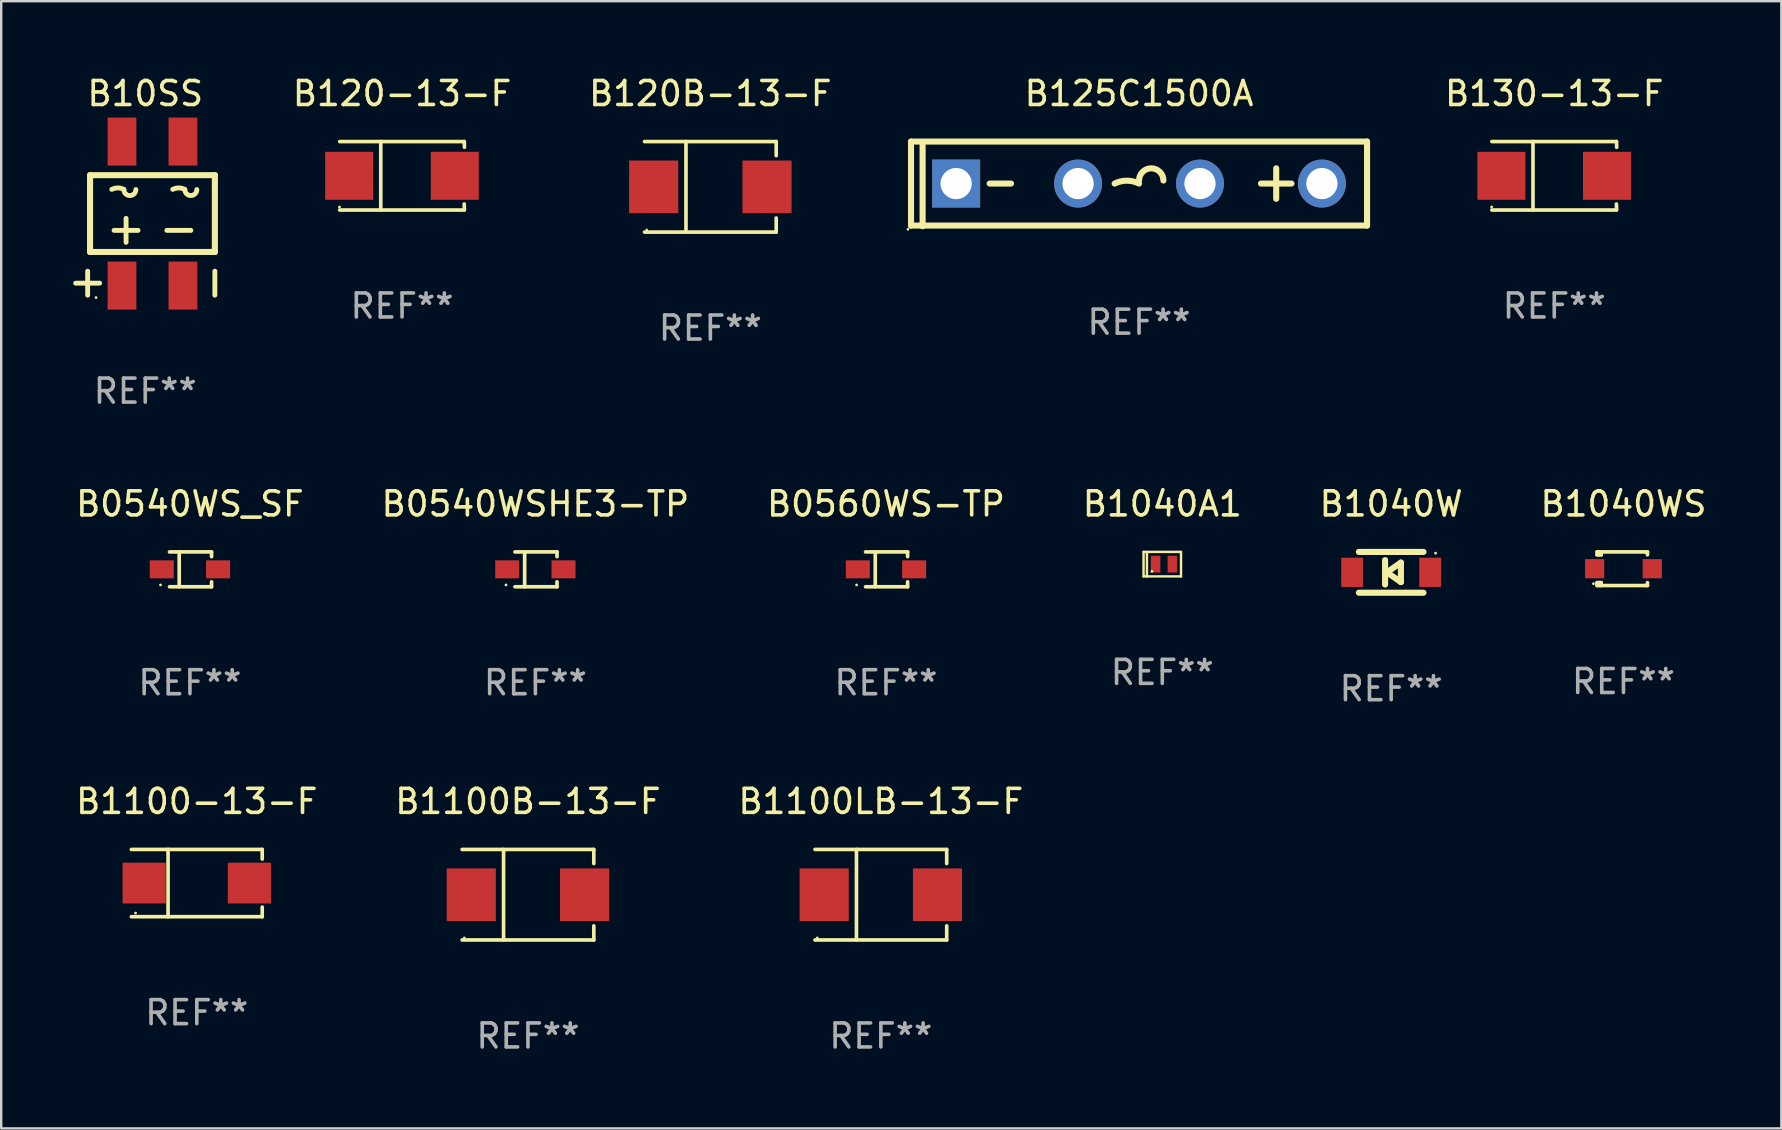
<source format=kicad_pcb>
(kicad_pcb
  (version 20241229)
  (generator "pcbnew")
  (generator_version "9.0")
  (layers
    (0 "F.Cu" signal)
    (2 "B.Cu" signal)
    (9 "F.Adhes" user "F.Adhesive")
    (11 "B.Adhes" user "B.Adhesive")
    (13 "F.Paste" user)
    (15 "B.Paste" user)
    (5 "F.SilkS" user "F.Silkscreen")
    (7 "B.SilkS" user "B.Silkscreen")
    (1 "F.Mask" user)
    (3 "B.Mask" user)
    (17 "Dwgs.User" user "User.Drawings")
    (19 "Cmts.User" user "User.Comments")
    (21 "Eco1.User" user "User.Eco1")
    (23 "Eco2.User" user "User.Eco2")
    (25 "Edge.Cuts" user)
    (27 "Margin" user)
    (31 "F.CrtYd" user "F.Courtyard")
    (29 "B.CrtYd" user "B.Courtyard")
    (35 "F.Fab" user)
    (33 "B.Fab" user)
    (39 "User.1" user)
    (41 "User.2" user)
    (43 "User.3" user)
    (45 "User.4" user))
  (footprint "B0540WS_SF"
    (layer "F.Cu")
    (at 4.863 20.671)
    (property "Reference" "B0540WS_SF" (at 0 -2.726 0) (layer "F.SilkS") (effects (font (size 1 1) (thickness 0.15))))
    (attr through_hole)
    (fp_line (start -0.851 -0.726) (end 0.901 -0.726) (stroke (width 0.152) (type solid)) (layer "F.SilkS"))
    (fp_line (start -0.851 0.726) (end 0.901 0.726) (stroke (width 0.152) (type solid)) (layer "F.SilkS"))
    (fp_line (start -0.447 -0.726) (end -0.447 0.726) (stroke (width 0.152) (type solid)) (layer "F.SilkS"))
    (fp_line (start 0.901 -0.726) (end 0.901 -0.53) (stroke (width 0.152) (type solid)) (layer "F.SilkS"))
    (fp_line (start 0.901 0.726) (end 0.901 0.52) (stroke (width 0.152) (type solid)) (layer "F.SilkS"))
    (fp_circle (center -1.225 0.65) (end -1.195 0.65) (stroke (width 0.06) (type solid)) (fill no) (layer "F.SilkS"))
    (fp_text user "REF**" (at 0 4.726 0) (layer "F.Fab") (effects (font (size 1 1) (thickness 0.15))))
    (pad "1" smd rect (at -1.173 0) (size 1 0.75) (layers "F.Cu" "F.Mask" "F.Paste"))
    (pad "2" smd rect (at 1.173 0) (size 1 0.75) (layers "F.Cu" "F.Mask" "F.Paste")))
  (footprint "B125C1500A"
    (layer "F.Cu")
    (at 44.406 4.612)
    (property "Reference" "B125C1500A" (at 0 -3.764 0) (layer "F.SilkS") (effects (font (size 1 1) (thickness 0.15))))
    (attr through_hole)
    (fp_line (start -9.5 -1.764) (end 9.5 -1.764) (stroke (width 0.254) (type solid)) (layer "F.SilkS"))
    (fp_line (start -9.5 1.736) (end -9.5 -1.764) (stroke (width 0.254) (type solid)) (layer "F.SilkS"))
    (fp_line (start -9.017 1.764) (end -9.017 -1.736) (stroke (width 0.254) (type solid)) (layer "F.SilkS"))
    (fp_line (start -5.334 -0.014) (end -6.223 -0.014) (stroke (width 0.254) (type solid)) (layer "F.SilkS"))
    (fp_line (start 5.715 0.621) (end 5.715 -0.649) (stroke (width 0.254) (type solid)) (layer "F.SilkS"))
    (fp_line (start 6.35 -0.014) (end 5.08 -0.014) (stroke (width 0.254) (type solid)) (layer "F.SilkS"))
    (fp_line (start 9.5 -1.764) (end 9.5 1.736) (stroke (width 0.254) (type solid)) (layer "F.SilkS"))
    (fp_line (start 9.5 1.736) (end -9.5 1.736) (stroke (width 0.254) (type solid)) (layer "F.SilkS"))
    (fp_arc (start -1.016002 -0.013932) (mid -0.508001 -0.133855) (end 0 -0.013932) (stroke (width 0.254001) (type solid)) (layer "F.SilkS"))
    (fp_arc (start 0 -0.140932) (mid 0.508001 -0.648933) (end 1.016002 -0.140932) (stroke (width 0.254001) (type solid)) (layer "F.SilkS"))
    (fp_circle (center -9.627 1.891) (end -9.597 1.891) (stroke (width 0.06) (type solid)) (fill no) (layer "F.SilkS"))
    (fp_text user "REF**" (at 0 5.764 0) (layer "F.Fab") (effects (font (size 1 1) (thickness 0.15))))
    (pad "1" thru_hole rect (at -7.62 -0.014 180) (size 2 2) (drill 1.3) (layers "*.Cu" "*.Mask"))
    (pad "2" thru_hole circle (at -2.54 -0.014) (size 2 2) (drill 1.3) (layers "*.Cu" "*.Mask"))
    (pad "3" thru_hole circle (at 2.54 -0.014) (size 2 2) (drill 1.3) (layers "*.Cu" "*.Mask"))
    (pad "4" thru_hole circle (at 7.62 -0.014) (size 2 2) (drill 1.3) (layers "*.Cu" "*.Mask")))
  (footprint "B130-13-F"
    (layer "F.Cu")
    (at 61.706 4.274)
    (property "Reference" "B130-13-F" (at 0 -3.426 0) (layer "F.SilkS") (effects (font (size 1 1) (thickness 0.15))))
    (attr through_hole)
    (fp_line (start -2.6 -1.426) (end 2.593 -1.426) (stroke (width 0.152) (type solid)) (layer "F.SilkS"))
    (fp_line (start -2.6 1.426) (end 2.593 1.426) (stroke (width 0.152) (type solid)) (layer "F.SilkS"))
    (fp_line (start -0.887 -1.426) (end -0.887 1.426) (stroke (width 0.152) (type solid)) (layer "F.SilkS"))
    (fp_line (start 2.59 1.176) (end 2.597 1.415) (stroke (width 0.152) (type solid)) (layer "F.SilkS"))
    (fp_line (start 2.593 -1.426) (end 2.6 -1.187) (stroke (width 0.152) (type solid)) (layer "F.SilkS"))
    (fp_circle (center -2.608 1.3) (end -2.578 1.3) (stroke (width 0.06) (type solid)) (fill no) (layer "F.SilkS"))
    (fp_text user "REF**" (at 0 5.426 0) (layer "F.Fab") (effects (font (size 1 1) (thickness 0.15))))
    (pad "1" smd rect (at -2.203 0 180) (size 2 2) (layers "F.Cu" "F.Mask" "F.Paste"))
    (pad "2" smd rect (at 2.197 0 180) (size 2 2) (layers "F.Cu" "F.Mask" "F.Paste")))
  (footprint "B10SS"
    (layer "F.Cu")
    (at 3.002 6.048)
    (property "Reference" "B10SS" (at 0 -5.2 0) (layer "F.SilkS") (effects (font (size 1 1) (thickness 0.15))))
    (attr through_hole)
    (fp_line (start -2.4 2.2) (end -2.4 3.2) (stroke (width 0.203) (type solid)) (layer "F.SilkS"))
    (fp_line (start -2.3 -1.8) (end -2.3 1.4) (stroke (width 0.254) (type solid)) (layer "F.SilkS"))
    (fp_line (start -2.3 1.4) (end 2.9 1.4) (stroke (width 0.254) (type solid)) (layer "F.SilkS"))
    (fp_line (start -1.9 2.7) (end -2.9 2.7) (stroke (width 0.203) (type solid)) (layer "F.SilkS"))
    (fp_line (start -0.8 -0.000254) (end -0.8 1) (stroke (width 0.203) (type solid)) (layer "F.SilkS"))
    (fp_line (start -0.3 0.5) (end -1.3 0.5) (stroke (width 0.203) (type solid)) (layer "F.SilkS"))
    (fp_line (start 1.9 0.5) (end 0.9 0.5) (stroke (width 0.203) (type solid)) (layer "F.SilkS"))
    (fp_line (start 2.9 -1.8) (end -2.3 -1.8) (stroke (width 0.254) (type solid)) (layer "F.SilkS"))
    (fp_line (start 2.9 1.4) (end 2.9 -1.8) (stroke (width 0.254) (type solid)) (layer "F.SilkS"))
    (fp_line (start 2.9 2.2) (end 2.9 3.2) (stroke (width 0.203) (type solid)) (layer "F.SilkS"))
    (fp_arc (start -1.394209 -1.208534) (mid -1.144019 -1.267616) (end -0.893828 -1.208535) (stroke (width 0.2032) (type solid)) (layer "F.SilkS"))
    (fp_arc (start -0.390907 -1.200914) (mid -0.641097 -0.950915) (end -0.891287 -1.200915) (stroke (width 0.2032) (type solid)) (layer "F.SilkS"))
    (fp_arc (start 1.145796 -1.208534) (mid 1.395986 -1.267616) (end 1.646177 -1.208535) (stroke (width 0.2032) (type solid)) (layer "F.SilkS"))
    (fp_arc (start 2.149098 -1.200914) (mid 1.898908 -0.950915) (end 1.648718 -1.200915) (stroke (width 0.2032) (type solid)) (layer "F.SilkS"))
    (fp_circle (center -2.05 3.3) (end -2.02 3.3) (stroke (width 0.06) (type solid)) (fill no) (layer "F.SilkS"))
    (fp_text user "REF**" (at 0 7.2 0) (layer "F.Fab") (effects (font (size 1 1) (thickness 0.15))))
    (pad "1" smd rect (at -0.97 2.8 90) (size 2 1.2) (layers "F.Cu" "F.Mask" "F.Paste"))
    (pad "2" smd rect (at 1.57 2.8 90) (size 2 1.2) (layers "F.Cu" "F.Mask" "F.Paste"))
    (pad "3" smd rect (at 1.57 -3.2 90) (size 2 1.2) (layers "F.Cu" "F.Mask" "F.Paste"))
    (pad "4" smd rect (at -0.97 -3.2 90) (size 2 1.2) (layers "F.Cu" "F.Mask" "F.Paste")))
  (footprint "B120-13-F"
    (layer "F.Cu")
    (at 13.701 4.274)
    (property "Reference" "B120-13-F" (at 0 -3.426 0) (layer "F.SilkS") (effects (font (size 1 1) (thickness 0.15))))
    (attr through_hole)
    (fp_line (start -2.6 -1.426) (end 2.593 -1.426) (stroke (width 0.152) (type solid)) (layer "F.SilkS"))
    (fp_line (start -2.6 1.426) (end 2.593 1.426) (stroke (width 0.152) (type solid)) (layer "F.SilkS"))
    (fp_line (start -0.887 -1.426) (end -0.887 1.426) (stroke (width 0.152) (type solid)) (layer "F.SilkS"))
    (fp_line (start 2.59 1.176) (end 2.597 1.415) (stroke (width 0.152) (type solid)) (layer "F.SilkS"))
    (fp_line (start 2.593 -1.426) (end 2.6 -1.187) (stroke (width 0.152) (type solid)) (layer "F.SilkS"))
    (fp_circle (center -2.608 1.3) (end -2.578 1.3) (stroke (width 0.06) (type solid)) (fill no) (layer "F.SilkS"))
    (fp_text user "REF**" (at 0 5.426 0) (layer "F.Fab") (effects (font (size 1 1) (thickness 0.15))))
    (pad "1" smd rect (at -2.203 0 180) (size 2 2) (layers "F.Cu" "F.Mask" "F.Paste"))
    (pad "2" smd rect (at 2.197 0 180) (size 2 2) (layers "F.Cu" "F.Mask" "F.Paste")))
  (footprint "B0540WSHE3-TP"
    (layer "F.Cu")
    (at 19.256 20.671)
    (property "Reference" "B0540WSHE3-TP" (at 0 -2.726 0) (layer "F.SilkS") (effects (font (size 1 1) (thickness 0.15))))
    (attr through_hole)
    (fp_line (start -0.851 -0.726) (end 0.901 -0.726) (stroke (width 0.152) (type solid)) (layer "F.SilkS"))
    (fp_line (start -0.851 0.726) (end 0.901 0.726) (stroke (width 0.152) (type solid)) (layer "F.SilkS"))
    (fp_line (start -0.447 -0.726) (end -0.447 0.726) (stroke (width 0.152) (type solid)) (layer "F.SilkS"))
    (fp_line (start 0.901 -0.726) (end 0.901 -0.53) (stroke (width 0.152) (type solid)) (layer "F.SilkS"))
    (fp_line (start 0.901 0.726) (end 0.901 0.52) (stroke (width 0.152) (type solid)) (layer "F.SilkS"))
    (fp_circle (center -1.225 0.65) (end -1.195 0.65) (stroke (width 0.06) (type solid)) (fill no) (layer "F.SilkS"))
    (fp_text user "REF**" (at 0 4.726 0) (layer "F.Fab") (effects (font (size 1 1) (thickness 0.15))))
    (pad "1" smd rect (at -1.173 0) (size 1 0.75) (layers "F.Cu" "F.Mask" "F.Paste"))
    (pad "2" smd rect (at 1.173 0) (size 1 0.75) (layers "F.Cu" "F.Mask" "F.Paste")))
  (footprint "B1100-13-F"
    (layer "F.Cu")
    (at 5.149 33.742)
    (property "Reference" "B1100-13-F" (at 0 -3.401 0) (layer "F.SilkS") (effects (font (size 1 1) (thickness 0.15))))
    (attr through_hole)
    (fp_line (start -2.726 -1.401) (end 2.726 -1.401) (stroke (width 0.152) (type solid)) (layer "F.SilkS"))
    (fp_line (start -2.726 1.401) (end 2.726 1.401) (stroke (width 0.152) (type solid)) (layer "F.SilkS"))
    (fp_line (start -1.197 -1.401) (end -1.197 1.401) (stroke (width 0.152) (type solid)) (layer "F.SilkS"))
    (fp_line (start 2.726 -1.401) (end 2.726 -1) (stroke (width 0.152) (type solid)) (layer "F.SilkS"))
    (fp_line (start 2.726 1.401) (end 2.726 1) (stroke (width 0.152) (type solid)) (layer "F.SilkS"))
    (fp_circle (center -2.55 1.25) (end -2.52 1.25) (stroke (width 0.06) (type solid)) (fill no) (layer "F.SilkS"))
    (fp_text user "REF**" (at 0 5.401 0) (layer "F.Fab") (effects (font (size 1 1) (thickness 0.15))))
    (pad "1" smd rect (at -2.192 0) (size 1.8 1.7) (layers "F.Cu" "F.Mask" "F.Paste"))
    (pad "2" smd rect (at 2.192 0) (size 1.8 1.7) (layers "F.Cu" "F.Mask" "F.Paste")))
  (footprint "B1100LB-13-F"
    (layer "F.Cu")
    (at 33.649 34.227)
    (property "Reference" "B1100LB-13-F" (at 0 -3.886 0) (layer "F.SilkS") (effects (font (size 1 1) (thickness 0.15))))
    (attr through_hole)
    (fp_line (start -2.744 -1.886) (end 2.744 -1.886) (stroke (width 0.152) (type solid)) (layer "F.SilkS"))
    (fp_line (start -2.744 1.886) (end 2.744 1.886) (stroke (width 0.152) (type solid)) (layer "F.SilkS"))
    (fp_line (start -1.016 -1.886) (end -1.016 1.886) (stroke (width 0.152) (type solid)) (layer "F.SilkS"))
    (fp_line (start 2.744 -1.886) (end 2.744 -1.299) (stroke (width 0.152) (type solid)) (layer "F.SilkS"))
    (fp_line (start 2.744 1.886) (end 2.744 1.299) (stroke (width 0.152) (type solid)) (layer "F.SilkS"))
    (fp_circle (center -2.65 1.8) (end -2.62 1.8) (stroke (width 0.06) (type solid)) (fill no) (layer "F.SilkS"))
    (fp_text user "REF**" (at 0 5.886 0) (layer "F.Fab") (effects (font (size 1 1) (thickness 0.15))))
    (pad "1" smd rect (at -2.361 0) (size 2.047 2.192) (layers "F.Cu" "F.Mask" "F.Paste"))
    (pad "2" smd rect (at 2.361 0) (size 2.047 2.192) (layers "F.Cu" "F.Mask" "F.Paste")))
  (footprint "B1040W"
    (layer "F.Cu")
    (at 54.911 20.795)
    (property "Reference" "B1040W" (at 0 -2.85 0) (layer "F.SilkS") (effects (font (size 1 1) (thickness 0.15))))
    (attr through_hole)
    (fp_line (start -1.346 -0.85) (end 1.346 -0.85) (stroke (width 0.254) (type solid)) (layer "F.SilkS"))
    (fp_line (start -0.254 -0.508) (end -0.254 0.508) (stroke (width 0.254) (type solid)) (layer "F.SilkS"))
    (fp_line (start -0.178 0) (end 0.406 -0.406) (stroke (width 0.254) (type solid)) (layer "F.SilkS"))
    (fp_line (start 0.406 -0.406) (end 0.406 0.406) (stroke (width 0.254) (type solid)) (layer "F.SilkS"))
    (fp_line (start 0.406 0.406) (end -0.178 0) (stroke (width 0.254) (type solid)) (layer "F.SilkS"))
    (fp_line (start 1.346 0.85) (end -1.346 0.85) (stroke (width 0.254) (type solid)) (layer "F.SilkS"))
    (fp_circle (center 1.85 -0.8) (end 1.88 -0.8) (stroke (width 0.06) (type solid)) (fill no) (layer "F.SilkS"))
    (fp_text user "REF**" (at 0 4.85 0) (layer "F.Fab") (effects (font (size 1 1) (thickness 0.15))))
    (pad "1" smd rect (at 1.626 0) (size 0.909 1.219) (layers "F.Cu" "F.Mask" "F.Paste"))
    (pad "2" smd rect (at -1.626 0) (size 0.909 1.219) (layers "F.Cu" "F.Mask" "F.Paste")))
  (footprint "B1100B-13-F"
    (layer "F.Cu")
    (at 18.946 34.227)
    (property "Reference" "B1100B-13-F" (at 0 -3.886 0) (layer "F.SilkS") (effects (font (size 1 1) (thickness 0.15))))
    (attr through_hole)
    (fp_line (start -2.744 -1.886) (end 2.744 -1.886) (stroke (width 0.152) (type solid)) (layer "F.SilkS"))
    (fp_line (start -2.744 1.886) (end 2.744 1.886) (stroke (width 0.152) (type solid)) (layer "F.SilkS"))
    (fp_line (start -1.016 -1.886) (end -1.016 1.886) (stroke (width 0.152) (type solid)) (layer "F.SilkS"))
    (fp_line (start 2.744 -1.886) (end 2.744 -1.299) (stroke (width 0.152) (type solid)) (layer "F.SilkS"))
    (fp_line (start 2.744 1.886) (end 2.744 1.299) (stroke (width 0.152) (type solid)) (layer "F.SilkS"))
    (fp_circle (center -2.65 1.8) (end -2.62 1.8) (stroke (width 0.06) (type solid)) (fill no) (layer "F.SilkS"))
    (fp_text user "REF**" (at 0 5.886 0) (layer "F.Fab") (effects (font (size 1 1) (thickness 0.15))))
    (pad "1" smd rect (at -2.361 0) (size 2.047 2.192) (layers "F.Cu" "F.Mask" "F.Paste"))
    (pad "2" smd rect (at 2.361 0) (size 2.047 2.192) (layers "F.Cu" "F.Mask" "F.Paste")))
  (footprint "B1040WS"
    (layer "F.Cu")
    (at 64.589 20.645)
    (property "Reference" "B1040WS" (at 0 -2.7 0) (layer "F.SilkS") (effects (font (size 1 1) (thickness 0.15))))
    (attr through_hole)
    (fp_line (start -1.1 -0.7) (end -1.1 -0.58) (stroke (width 0.152) (type solid)) (layer "F.SilkS"))
    (fp_line (start -1.1 0.58) (end -1.1 0.7) (stroke (width 0.152) (type solid)) (layer "F.SilkS"))
    (fp_line (start -1.1 0.58) (end -0.927 0.58) (stroke (width 0.152) (type solid)) (layer "F.SilkS"))
    (fp_line (start -1.1 0.7) (end 0.9 0.7) (stroke (width 0.152) (type solid)) (layer "F.SilkS"))
    (fp_line (start -1.014 -0.58) (end -1.014 -0.7) (stroke (width 0.152) (type solid)) (layer "F.SilkS"))
    (fp_line (start -1.014 0.7) (end -1.014 0.58) (stroke (width 0.152) (type solid)) (layer "F.SilkS"))
    (fp_line (start -0.927 -0.7) (end -0.927 -0.58) (stroke (width 0.152) (type solid)) (layer "F.SilkS"))
    (fp_line (start -0.927 -0.58) (end -1.1 -0.58) (stroke (width 0.152) (type solid)) (layer "F.SilkS"))
    (fp_line (start -0.927 0.58) (end -0.927 0.7) (stroke (width 0.152) (type solid)) (layer "F.SilkS"))
    (fp_line (start 0.9 -0.7) (end -1.1 -0.7) (stroke (width 0.152) (type solid)) (layer "F.SilkS"))
    (fp_line (start 0.9 0.7) (end 1 0.7) (stroke (width 0.152) (type solid)) (layer "F.SilkS"))
    (fp_line (start 1 -0.7) (end 0.9 -0.7) (stroke (width 0.152) (type solid)) (layer "F.SilkS"))
    (fp_line (start 1 -0.58) (end 1 -0.7) (stroke (width 0.152) (type solid)) (layer "F.SilkS"))
    (fp_line (start 1 0.7) (end 1 0.58) (stroke (width 0.152) (type solid)) (layer "F.SilkS"))
    (fp_circle (center -1.25 0.625) (end -1.22 0.625) (stroke (width 0.06) (type solid)) (fill no) (layer "F.SilkS"))
    (fp_text user "REF**" (at 0 4.7 0) (layer "F.Fab") (effects (font (size 1 1) (thickness 0.15))))
    (pad "1" smd rect (at -1.2 0) (size 0.8 0.8) (layers "F.Cu" "F.Mask" "F.Paste"))
    (pad "2" smd rect (at 1.2 0) (size 0.8 0.8) (layers "F.Cu" "F.Mask" "F.Paste")))
  (footprint "B0560WS-TP"
    (layer "F.Cu")
    (at 33.863 20.671)
    (property "Reference" "B0560WS-TP" (at 0 -2.726 0) (layer "F.SilkS") (effects (font (size 1 1) (thickness 0.15))))
    (attr through_hole)
    (fp_line (start -0.851 -0.726) (end 0.901 -0.726) (stroke (width 0.152) (type solid)) (layer "F.SilkS"))
    (fp_line (start -0.851 0.726) (end 0.901 0.726) (stroke (width 0.152) (type solid)) (layer "F.SilkS"))
    (fp_line (start -0.447 -0.726) (end -0.447 0.726) (stroke (width 0.152) (type solid)) (layer "F.SilkS"))
    (fp_line (start 0.901 -0.726) (end 0.901 -0.53) (stroke (width 0.152) (type solid)) (layer "F.SilkS"))
    (fp_line (start 0.901 0.726) (end 0.901 0.52) (stroke (width 0.152) (type solid)) (layer "F.SilkS"))
    (fp_circle (center -1.225 0.65) (end -1.195 0.65) (stroke (width 0.06) (type solid)) (fill no) (layer "F.SilkS"))
    (fp_text user "REF**" (at 0 4.726 0) (layer "F.Fab") (effects (font (size 1 1) (thickness 0.15))))
    (pad "1" smd rect (at -1.173 0) (size 1 0.75) (layers "F.Cu" "F.Mask" "F.Paste"))
    (pad "2" smd rect (at 1.173 0) (size 1 0.75) (layers "F.Cu" "F.Mask" "F.Paste")))
  (footprint "B120B-13-F"
    (layer "F.Cu")
    (at 26.546 4.734)
    (property "Reference" "B120B-13-F" (at 0 -3.886 0) (layer "F.SilkS") (effects (font (size 1 1) (thickness 0.15))))
    (attr through_hole)
    (fp_line (start -2.744 -1.886) (end 2.744 -1.886) (stroke (width 0.152) (type solid)) (layer "F.SilkS"))
    (fp_line (start -2.744 1.886) (end 2.744 1.886) (stroke (width 0.152) (type solid)) (layer "F.SilkS"))
    (fp_line (start -1.016 -1.886) (end -1.016 1.886) (stroke (width 0.152) (type solid)) (layer "F.SilkS"))
    (fp_line (start 2.744 -1.886) (end 2.744 -1.299) (stroke (width 0.152) (type solid)) (layer "F.SilkS"))
    (fp_line (start 2.744 1.886) (end 2.744 1.299) (stroke (width 0.152) (type solid)) (layer "F.SilkS"))
    (fp_circle (center -2.65 1.8) (end -2.62 1.8) (stroke (width 0.06) (type solid)) (fill no) (layer "F.SilkS"))
    (fp_text user "REF**" (at 0 5.886 0) (layer "F.Fab") (effects (font (size 1 1) (thickness 0.15))))
    (pad "1" smd rect (at -2.361 0) (size 2.047 2.192) (layers "F.Cu" "F.Mask" "F.Paste"))
    (pad "2" smd rect (at 2.361 0) (size 2.047 2.192) (layers "F.Cu" "F.Mask" "F.Paste")))
  (footprint "B1040A1"
    (layer "F.Cu")
    (at 45.375 20.455)
    (property "Reference" "B1040A1" (at 0 -2.51 0) (layer "F.SilkS") (effects (font (size 1 1) (thickness 0.15))))
    (attr through_hole)
    (fp_line (start -0.78 -0.51) (end -0.78 0.51) (stroke (width 0.102) (type solid)) (layer "F.SilkS"))
    (fp_line (start -0.78 -0.51) (end 0.78 -0.51) (stroke (width 0.102) (type solid)) (layer "F.SilkS"))
    (fp_line (start -0.78 0.51) (end 0.78 0.51) (stroke (width 0.102) (type solid)) (layer "F.SilkS"))
    (fp_line (start -0.64 -0.51) (end -0.64 0.51) (stroke (width 0.102) (type solid)) (layer "F.SilkS"))
    (fp_line (start 0.78 -0.51) (end 0.78 0.51) (stroke (width 0.102) (type solid)) (layer "F.SilkS"))
    (fp_circle (center -0.43 0.3) (end -0.4 0.3) (stroke (width 0.06) (type solid)) (fill no) (layer "F.SilkS"))
    (fp_text user "REF**" (at 0 4.51 0) (layer "F.Fab") (effects (font (size 1 1) (thickness 0.15))))
    (pad "1" smd rect (at -0.28 0) (size 0.4 0.7) (layers "F.Cu" "F.Mask" "F.Paste"))
    (pad "2" smd rect (at 0.42 0) (size 0.4 0.7) (layers "F.Cu" "F.Mask" "F.Paste")))
  (gr_rect
    (start -3 -3)
    (end 71.167 43.962)
    (stroke (width 0.1) (type default))
    (fill no)
    (layer "Edge.Cuts")))
</source>
